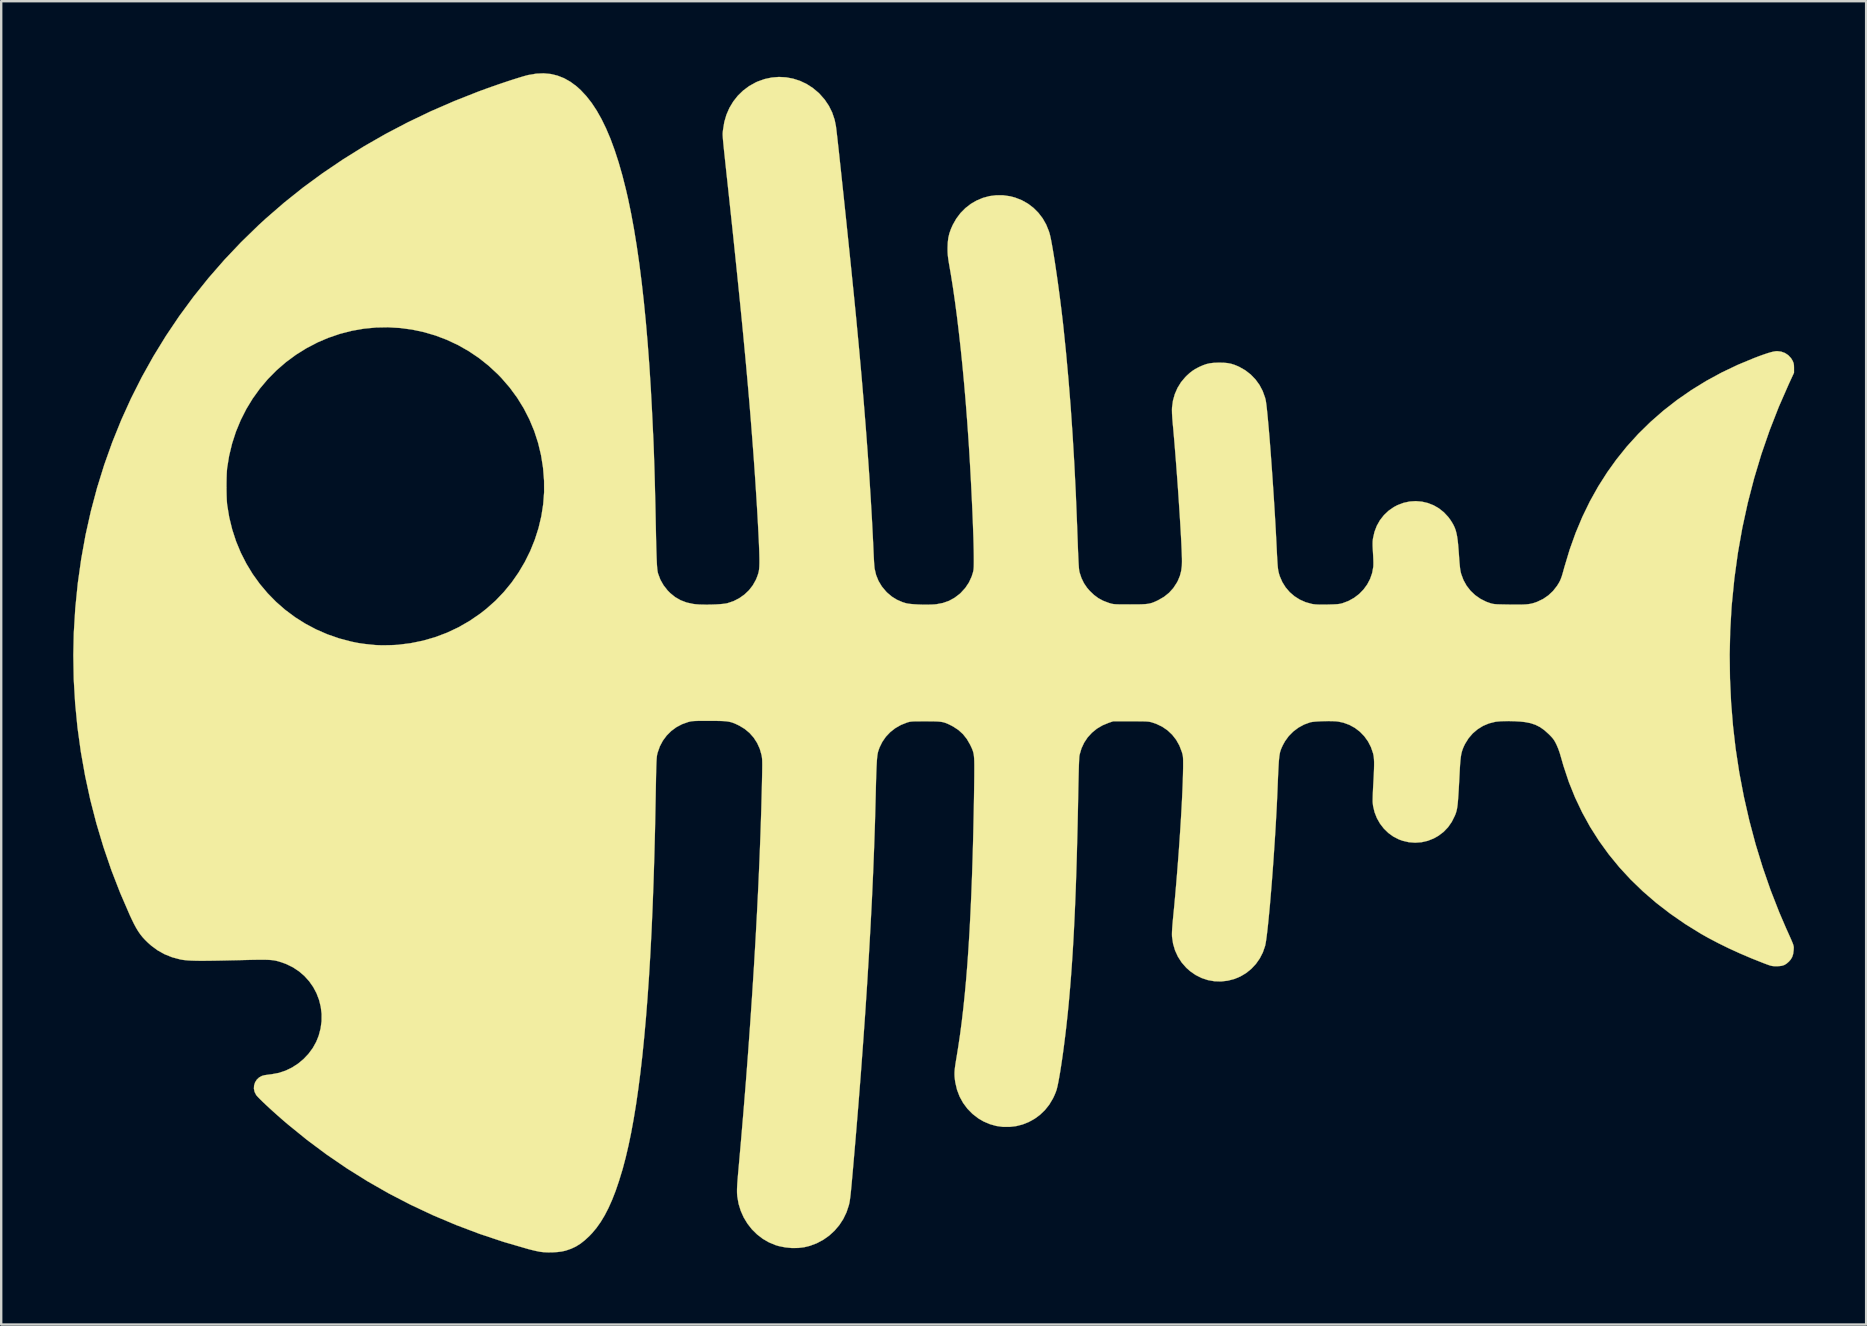
<source format=kicad_pcb>
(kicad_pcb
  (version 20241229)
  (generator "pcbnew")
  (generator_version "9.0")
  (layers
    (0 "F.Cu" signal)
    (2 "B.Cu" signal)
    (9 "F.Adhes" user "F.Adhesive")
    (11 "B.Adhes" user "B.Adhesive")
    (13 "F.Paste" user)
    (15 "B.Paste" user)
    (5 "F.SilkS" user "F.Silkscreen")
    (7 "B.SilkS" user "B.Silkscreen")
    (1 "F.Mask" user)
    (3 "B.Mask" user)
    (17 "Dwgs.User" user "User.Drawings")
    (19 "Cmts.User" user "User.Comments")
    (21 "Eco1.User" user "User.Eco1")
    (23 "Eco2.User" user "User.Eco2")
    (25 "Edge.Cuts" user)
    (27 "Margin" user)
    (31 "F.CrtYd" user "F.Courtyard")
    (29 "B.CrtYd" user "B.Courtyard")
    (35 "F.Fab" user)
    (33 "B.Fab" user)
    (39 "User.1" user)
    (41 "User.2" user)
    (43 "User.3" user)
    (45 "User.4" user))
  (footprint "Rockling Silk 57mm"
    (layer "F.Cu")
    (at 33.658 23.791)
    (property "Reference" "Rockling Silk 57mm" (at 0 0 0) (layer "F.SilkS") (effects (font (size 1.27 1.27) (thickness 0.15))))
    (attr through_hole)
    (fp_poly (pts (xy -13.77 -23.759) (xy -13.485 -23.691) (xy -13.21 -23.583) (xy -12.944 -23.433) (xy -12.687 -23.242) (xy -12.515 -23.086) (xy -12.284 -22.839) (xy -12.063 -22.557) (xy -11.852 -22.238) (xy -11.651 -21.882) (xy -11.459 -21.488) (xy -11.276 -21.057) (xy -11.103 -20.586) (xy -10.937 -20.076) (xy -10.78 -19.527) (xy -10.631 -18.936) (xy -10.543 -18.553) (xy -10.416 -17.94) (xy -10.296 -17.286) (xy -10.183 -16.592) (xy -10.077 -15.859) (xy -9.979 -15.086) (xy -9.888 -14.275) (xy -9.804 -13.427) (xy -9.728 -12.542) (xy -9.659 -11.621) (xy -9.598 -10.664) (xy -9.545 -9.673) (xy -9.537 -9.504) (xy -9.528 -9.326) (xy -9.52 -9.149) (xy -9.512 -8.982) (xy -9.505 -8.831) (xy -9.498 -8.705) (xy -9.494 -8.611) (xy -9.493 -8.594) (xy -9.485 -8.417) (xy -9.477 -8.203) (xy -9.468 -7.958) (xy -9.459 -7.687) (xy -9.449 -7.395) (xy -9.44 -7.087) (xy -9.431 -6.77) (xy -9.423 -6.448) (xy -9.415 -6.127) (xy -9.407 -5.812) (xy -9.401 -5.509) (xy -9.398 -5.376) (xy -9.391 -5.013) (xy -9.384 -4.689) (xy -9.378 -4.402) (xy -9.372 -4.15) (xy -9.366 -3.93) (xy -9.36 -3.739) (xy -9.354 -3.576) (xy -9.348 -3.437) (xy -9.342 -3.321) (xy -9.335 -3.223) (xy -9.328 -3.143) (xy -9.32 -3.076) (xy -9.311 -3.022) (xy -9.302 -2.976) (xy -9.293 -2.946) (xy -9.199 -2.694) (xy -9.066 -2.46) (xy -8.895 -2.242) (xy -8.788 -2.134) (xy -8.582 -1.967) (xy -8.355 -1.837) (xy -8.106 -1.742) (xy -7.834 -1.683) (xy -7.721 -1.669) (xy -7.579 -1.659) (xy -7.417 -1.654) (xy -7.241 -1.653) (xy -7.06 -1.656) (xy -6.883 -1.662) (xy -6.719 -1.672) (xy -6.574 -1.686) (xy -6.458 -1.702) (xy -6.403 -1.714) (xy -6.149 -1.8) (xy -5.913 -1.921) (xy -5.698 -2.073) (xy -5.509 -2.252) (xy -5.35 -2.456) (xy -5.224 -2.68) (xy -5.194 -2.748) (xy -5.153 -2.856) (xy -5.121 -2.951) (xy -5.099 -3.041) (xy -5.084 -3.137) (xy -5.076 -3.247) (xy -5.072 -3.38) (xy -5.072 -3.547) (xy -5.072 -3.556) (xy -5.075 -3.704) (xy -5.08 -3.891) (xy -5.089 -4.113) (xy -5.1 -4.366) (xy -5.114 -4.649) (xy -5.13 -4.956) (xy -5.148 -5.284) (xy -5.168 -5.63) (xy -5.19 -5.991) (xy -5.214 -6.363) (xy -5.238 -6.743) (xy -5.264 -7.126) (xy -5.291 -7.51) (xy -5.318 -7.891) (xy -5.324 -7.969) (xy -5.363 -8.481) (xy -5.403 -8.995) (xy -5.444 -9.515) (xy -5.488 -10.043) (xy -5.534 -10.581) (xy -5.583 -11.132) (xy -5.634 -11.699) (xy -5.689 -12.283) (xy -5.746 -12.888) (xy -5.807 -13.515) (xy -5.872 -14.168) (xy -5.941 -14.848) (xy -6.014 -15.559) (xy -6.091 -16.302) (xy -6.172 -17.081) (xy -6.259 -17.897) (xy -6.33 -18.563) (xy -6.372 -18.95) (xy -6.409 -19.297) (xy -6.443 -19.606) (xy -6.472 -19.881) (xy -6.498 -20.122) (xy -6.52 -20.334) (xy -6.54 -20.516) (xy -6.556 -20.674) (xy -6.569 -20.807) (xy -6.58 -20.92) (xy -6.589 -21.013) (xy -6.595 -21.091) (xy -6.599 -21.154) (xy -6.602 -21.205) (xy -6.603 -21.246) (xy -6.603 -21.281) (xy -6.601 -21.31) (xy -6.599 -21.337) (xy -6.596 -21.364) (xy -6.593 -21.392) (xy -6.589 -21.425) (xy -6.587 -21.441) (xy -6.535 -21.76) (xy -6.446 -22.063) (xy -6.321 -22.349) (xy -6.162 -22.613) (xy -5.972 -22.854) (xy -5.752 -23.068) (xy -5.504 -23.253) (xy -5.231 -23.406) (xy -5.148 -23.444) (xy -4.856 -23.548) (xy -4.559 -23.611) (xy -4.259 -23.635) (xy -3.96 -23.619) (xy -3.666 -23.564) (xy -3.38 -23.472) (xy -3.106 -23.342) (xy -2.848 -23.176) (xy -2.608 -22.975) (xy -2.569 -22.937) (xy -2.355 -22.694) (xy -2.179 -22.433) (xy -2.04 -22.152) (xy -1.94 -21.855) (xy -1.886 -21.59) (xy -1.877 -21.521) (xy -1.864 -21.413) (xy -1.847 -21.268) (xy -1.826 -21.089) (xy -1.803 -20.878) (xy -1.776 -20.638) (xy -1.747 -20.371) (xy -1.716 -20.08) (xy -1.682 -19.768) (xy -1.647 -19.437) (xy -1.61 -19.089) (xy -1.571 -18.728) (xy -1.532 -18.356) (xy -1.492 -17.976) (xy -1.451 -17.589) (xy -1.411 -17.2) (xy -1.37 -16.809) (xy -1.33 -16.421) (xy -1.29 -16.037) (xy -1.251 -15.66) (xy -1.214 -15.293) (xy -1.178 -14.938) (xy -1.143 -14.598) (xy -1.111 -14.275) (xy -1.081 -13.972) (xy -1.053 -13.692) (xy -1.028 -13.437) (xy -1.028 -13.43) (xy -0.921 -12.3) (xy -0.821 -11.192) (xy -0.729 -10.109) (xy -0.644 -9.053) (xy -0.567 -8.027) (xy -0.497 -7.032) (xy -0.436 -6.07) (xy -0.382 -5.144) (xy -0.337 -4.257) (xy -0.317 -3.81) (xy -0.31 -3.657) (xy -0.302 -3.51) (xy -0.294 -3.377) (xy -0.285 -3.266) (xy -0.278 -3.184) (xy -0.274 -3.154) (xy -0.212 -2.889) (xy -0.111 -2.641) (xy 0.027 -2.411) (xy 0.204 -2.199) (xy 0.257 -2.146) (xy 0.451 -1.984) (xy 0.659 -1.856) (xy 0.89 -1.757) (xy 1.037 -1.711) (xy 1.126 -1.694) (xy 1.25 -1.679) (xy 1.398 -1.667) (xy 1.563 -1.658) (xy 1.735 -1.653) (xy 1.907 -1.652) (xy 2.07 -1.655) (xy 2.214 -1.662) (xy 2.299 -1.67) (xy 2.57 -1.722) (xy 2.822 -1.81) (xy 3.054 -1.937) (xy 3.27 -2.101) (xy 3.318 -2.146) (xy 3.505 -2.351) (xy 3.655 -2.576) (xy 3.769 -2.823) (xy 3.823 -2.995) (xy 3.836 -3.047) (xy 3.846 -3.102) (xy 3.852 -3.165) (xy 3.857 -3.243) (xy 3.859 -3.343) (xy 3.86 -3.471) (xy 3.859 -3.633) (xy 3.859 -3.672) (xy 3.856 -3.897) (xy 3.85 -4.16) (xy 3.842 -4.456) (xy 3.83 -4.782) (xy 3.817 -5.132) (xy 3.802 -5.503) (xy 3.784 -5.89) (xy 3.765 -6.288) (xy 3.745 -6.694) (xy 3.723 -7.103) (xy 3.7 -7.511) (xy 3.676 -7.913) (xy 3.652 -8.305) (xy 3.64 -8.488) (xy 3.584 -9.284) (xy 3.524 -10.064) (xy 3.459 -10.825) (xy 3.39 -11.565) (xy 3.317 -12.28) (xy 3.24 -12.969) (xy 3.161 -13.628) (xy 3.078 -14.254) (xy 2.993 -14.845) (xy 2.905 -15.399) (xy 2.852 -15.706) (xy 2.823 -15.873) (xy 2.801 -16.008) (xy 2.786 -16.119) (xy 2.775 -16.216) (xy 2.769 -16.307) (xy 2.766 -16.402) (xy 2.766 -16.51) (xy 2.766 -16.521) (xy 2.774 -16.742) (xy 2.798 -16.937) (xy 2.841 -17.12) (xy 2.907 -17.305) (xy 2.98 -17.47) (xy 3.129 -17.733) (xy 3.306 -17.968) (xy 3.509 -18.173) (xy 3.735 -18.348) (xy 3.98 -18.49) (xy 4.241 -18.599) (xy 4.514 -18.672) (xy 4.797 -18.708) (xy 5.085 -18.706) (xy 5.376 -18.664) (xy 5.577 -18.611) (xy 5.854 -18.503) (xy 6.111 -18.359) (xy 6.344 -18.182) (xy 6.551 -17.975) (xy 6.729 -17.742) (xy 6.875 -17.484) (xy 6.987 -17.206) (xy 7.016 -17.113) (xy 7.044 -17) (xy 7.076 -16.849) (xy 7.111 -16.663) (xy 7.149 -16.445) (xy 7.19 -16.2) (xy 7.233 -15.932) (xy 7.276 -15.643) (xy 7.321 -15.338) (xy 7.366 -15.02) (xy 7.41 -14.693) (xy 7.454 -14.36) (xy 7.496 -14.025) (xy 7.536 -13.692) (xy 7.574 -13.365) (xy 7.588 -13.24) (xy 7.698 -12.17) (xy 7.799 -11.062) (xy 7.891 -9.919) (xy 7.972 -8.743) (xy 8.044 -7.537) (xy 8.106 -6.305) (xy 8.157 -5.049) (xy 8.16 -4.985) (xy 8.171 -4.66) (xy 8.182 -4.375) (xy 8.191 -4.126) (xy 8.199 -3.912) (xy 8.207 -3.728) (xy 8.214 -3.573) (xy 8.22 -3.443) (xy 8.226 -3.336) (xy 8.232 -3.249) (xy 8.237 -3.178) (xy 8.243 -3.122) (xy 8.248 -3.078) (xy 8.255 -3.041) (xy 8.261 -3.011) (xy 8.265 -2.996) (xy 8.344 -2.758) (xy 8.446 -2.548) (xy 8.577 -2.355) (xy 8.689 -2.226) (xy 8.866 -2.057) (xy 9.048 -1.922) (xy 9.246 -1.815) (xy 9.472 -1.729) (xy 9.497 -1.721) (xy 9.55 -1.705) (xy 9.596 -1.692) (xy 9.641 -1.683) (xy 9.692 -1.675) (xy 9.753 -1.67) (xy 9.83 -1.666) (xy 9.928 -1.664) (xy 10.054 -1.663) (xy 10.212 -1.663) (xy 10.361 -1.662) (xy 10.571 -1.663) (xy 10.744 -1.664) (xy 10.886 -1.668) (xy 11.004 -1.675) (xy 11.104 -1.686) (xy 11.191 -1.702) (xy 11.27 -1.723) (xy 11.349 -1.752) (xy 11.433 -1.788) (xy 11.528 -1.833) (xy 11.546 -1.842) (xy 11.783 -1.979) (xy 11.992 -2.147) (xy 12.171 -2.345) (xy 12.319 -2.572) (xy 12.362 -2.655) (xy 12.445 -2.856) (xy 12.498 -3.061) (xy 12.526 -3.282) (xy 12.53 -3.44) (xy 12.529 -3.579) (xy 12.523 -3.757) (xy 12.515 -3.97) (xy 12.504 -4.215) (xy 12.49 -4.488) (xy 12.473 -4.786) (xy 12.454 -5.105) (xy 12.433 -5.441) (xy 12.41 -5.792) (xy 12.386 -6.154) (xy 12.361 -6.522) (xy 12.334 -6.895) (xy 12.306 -7.267) (xy 12.278 -7.636) (xy 12.249 -7.999) (xy 12.221 -8.351) (xy 12.192 -8.689) (xy 12.164 -9.01) (xy 12.147 -9.186) (xy 12.128 -9.422) (xy 12.116 -9.619) (xy 12.113 -9.776) (xy 12.116 -9.864) (xy 12.154 -10.148) (xy 12.231 -10.422) (xy 12.344 -10.681) (xy 12.492 -10.921) (xy 12.673 -11.136) (xy 12.727 -11.19) (xy 12.849 -11.301) (xy 12.96 -11.388) (xy 13.073 -11.462) (xy 13.203 -11.532) (xy 13.255 -11.558) (xy 13.409 -11.626) (xy 13.55 -11.675) (xy 13.692 -11.707) (xy 13.846 -11.726) (xy 14.025 -11.733) (xy 14.086 -11.734) (xy 14.274 -11.73) (xy 14.432 -11.715) (xy 14.574 -11.688) (xy 14.713 -11.645) (xy 14.861 -11.584) (xy 14.921 -11.556) (xy 15.17 -11.414) (xy 15.395 -11.239) (xy 15.592 -11.035) (xy 15.759 -10.806) (xy 15.892 -10.554) (xy 15.989 -10.285) (xy 16.013 -10.195) (xy 16.027 -10.117) (xy 16.044 -9.999) (xy 16.062 -9.845) (xy 16.082 -9.657) (xy 16.103 -9.438) (xy 16.126 -9.19) (xy 16.15 -8.917) (xy 16.175 -8.621) (xy 16.2 -8.305) (xy 16.226 -7.972) (xy 16.251 -7.624) (xy 16.277 -7.265) (xy 16.303 -6.897) (xy 16.328 -6.522) (xy 16.353 -6.145) (xy 16.377 -5.767) (xy 16.4 -5.391) (xy 16.422 -5.02) (xy 16.442 -4.657) (xy 16.46 -4.304) (xy 16.477 -3.965) (xy 16.478 -3.937) (xy 16.489 -3.72) (xy 16.499 -3.541) (xy 16.508 -3.393) (xy 16.517 -3.272) (xy 16.527 -3.173) (xy 16.539 -3.089) (xy 16.553 -3.017) (xy 16.57 -2.95) (xy 16.589 -2.885) (xy 16.605 -2.836) (xy 16.71 -2.593) (xy 16.849 -2.371) (xy 17.019 -2.173) (xy 17.217 -2.003) (xy 17.439 -1.862) (xy 17.681 -1.755) (xy 17.94 -1.683) (xy 18.013 -1.671) (xy 18.104 -1.661) (xy 18.233 -1.656) (xy 18.393 -1.654) (xy 18.58 -1.656) (xy 18.615 -1.657) (xy 18.774 -1.661) (xy 18.898 -1.666) (xy 18.996 -1.672) (xy 19.073 -1.681) (xy 19.138 -1.692) (xy 19.199 -1.708) (xy 19.216 -1.712) (xy 19.468 -1.807) (xy 19.701 -1.937) (xy 19.91 -2.096) (xy 20.092 -2.283) (xy 20.246 -2.493) (xy 20.367 -2.723) (xy 20.453 -2.97) (xy 20.5 -3.229) (xy 20.501 -3.238) (xy 20.504 -3.306) (xy 20.505 -3.406) (xy 20.502 -3.53) (xy 20.496 -3.667) (xy 20.488 -3.808) (xy 20.479 -3.969) (xy 20.473 -4.096) (xy 20.472 -4.198) (xy 20.474 -4.283) (xy 20.481 -4.359) (xy 20.488 -4.411) (xy 20.549 -4.683) (xy 20.646 -4.937) (xy 20.778 -5.171) (xy 20.943 -5.382) (xy 21.137 -5.566) (xy 21.359 -5.72) (xy 21.507 -5.798) (xy 21.759 -5.893) (xy 22.015 -5.949) (xy 22.273 -5.965) (xy 22.528 -5.943) (xy 22.776 -5.885) (xy 23.014 -5.791) (xy 23.237 -5.662) (xy 23.441 -5.5) (xy 23.622 -5.306) (xy 23.718 -5.175) (xy 23.786 -5.068) (xy 23.844 -4.965) (xy 23.892 -4.862) (xy 23.932 -4.752) (xy 23.964 -4.631) (xy 23.992 -4.493) (xy 24.015 -4.333) (xy 24.035 -4.145) (xy 24.053 -3.923) (xy 24.066 -3.753) (xy 24.079 -3.56) (xy 24.091 -3.404) (xy 24.103 -3.278) (xy 24.114 -3.176) (xy 24.126 -3.094) (xy 24.139 -3.024) (xy 24.154 -2.96) (xy 24.163 -2.927) (xy 24.258 -2.674) (xy 24.388 -2.441) (xy 24.551 -2.232) (xy 24.744 -2.049) (xy 24.964 -1.895) (xy 25.207 -1.773) (xy 25.383 -1.711) (xy 25.43 -1.698) (xy 25.477 -1.687) (xy 25.529 -1.679) (xy 25.593 -1.672) (xy 25.672 -1.667) (xy 25.774 -1.664) (xy 25.904 -1.661) (xy 26.067 -1.658) (xy 26.187 -1.656) (xy 26.403 -1.654) (xy 26.583 -1.654) (xy 26.732 -1.657) (xy 26.856 -1.663) (xy 26.962 -1.674) (xy 27.056 -1.689) (xy 27.142 -1.709) (xy 27.228 -1.736) (xy 27.319 -1.768) (xy 27.337 -1.776) (xy 27.575 -1.89) (xy 27.793 -2.04) (xy 27.988 -2.223) (xy 28.155 -2.436) (xy 28.232 -2.561) (xy 28.265 -2.621) (xy 28.293 -2.68) (xy 28.319 -2.744) (xy 28.347 -2.821) (xy 28.377 -2.917) (xy 28.412 -3.04) (xy 28.455 -3.196) (xy 28.461 -3.217) (xy 28.679 -3.943) (xy 28.929 -4.641) (xy 29.21 -5.312) (xy 29.523 -5.956) (xy 29.869 -6.576) (xy 30.249 -7.172) (xy 30.623 -7.694) (xy 31.064 -8.243) (xy 31.539 -8.766) (xy 32.046 -9.263) (xy 32.584 -9.734) (xy 33.151 -10.176) (xy 33.746 -10.589) (xy 34.368 -10.972) (xy 35.015 -11.324) (xy 35.686 -11.644) (xy 36.343 -11.917) (xy 36.573 -12.005) (xy 36.769 -12.075) (xy 36.933 -12.13) (xy 37.069 -12.17) (xy 37.18 -12.196) (xy 37.27 -12.21) (xy 37.321 -12.213) (xy 37.492 -12.193) (xy 37.649 -12.136) (xy 37.788 -12.044) (xy 37.902 -11.922) (xy 37.967 -11.815) (xy 37.996 -11.749) (xy 38.014 -11.689) (xy 38.023 -11.621) (xy 38.026 -11.529) (xy 38.026 -11.504) (xy 38.026 -11.314) (xy 37.811 -10.848) (xy 37.391 -9.89) (xy 37.01 -8.914) (xy 36.667 -7.922) (xy 36.364 -6.914) (xy 36.099 -5.891) (xy 35.873 -4.853) (xy 35.687 -3.802) (xy 35.541 -2.737) (xy 35.434 -1.66) (xy 35.423 -1.524) (xy 35.368 -0.554) (xy 35.346 0.432) (xy 35.359 1.426) (xy 35.405 2.42) (xy 35.485 3.404) (xy 35.593 4.339) (xy 35.747 5.348) (xy 35.938 6.351) (xy 36.165 7.346) (xy 36.426 8.328) (xy 36.722 9.293) (xy 37.05 10.239) (xy 37.41 11.161) (xy 37.703 11.843) (xy 37.786 12.026) (xy 37.852 12.174) (xy 37.905 12.293) (xy 37.945 12.387) (xy 37.975 12.46) (xy 37.995 12.518) (xy 38.007 12.564) (xy 38.014 12.603) (xy 38.016 12.639) (xy 38.014 12.678) (xy 38.012 12.724) (xy 38.011 12.741) (xy 37.992 12.895) (xy 37.952 13.023) (xy 37.886 13.134) (xy 37.813 13.217) (xy 37.717 13.301) (xy 37.624 13.358) (xy 37.519 13.392) (xy 37.393 13.407) (xy 37.306 13.409) (xy 37.231 13.409) (xy 37.17 13.406) (xy 37.115 13.399) (xy 37.057 13.387) (xy 36.988 13.366) (xy 36.9 13.334) (xy 36.784 13.291) (xy 36.723 13.267) (xy 36.245 13.077) (xy 35.77 12.874) (xy 35.306 12.662) (xy 34.863 12.444) (xy 34.447 12.225) (xy 34.142 12.053) (xy 33.488 11.648) (xy 32.87 11.22) (xy 32.286 10.77) (xy 31.738 10.297) (xy 31.225 9.802) (xy 30.748 9.285) (xy 30.307 8.746) (xy 29.902 8.186) (xy 29.533 7.605) (xy 29.201 7.002) (xy 28.905 6.379) (xy 28.646 5.736) (xy 28.425 5.072) (xy 28.333 4.752) (xy 28.271 4.538) (xy 28.208 4.358) (xy 28.142 4.202) (xy 28.127 4.17) (xy 28.079 4.075) (xy 28.035 4) (xy 27.989 3.934) (xy 27.931 3.866) (xy 27.854 3.785) (xy 27.804 3.736) (xy 27.625 3.575) (xy 27.445 3.448) (xy 27.254 3.352) (xy 27.047 3.283) (xy 26.815 3.238) (xy 26.617 3.217) (xy 26.388 3.204) (xy 26.167 3.198) (xy 25.962 3.199) (xy 25.781 3.207) (xy 25.631 3.221) (xy 25.581 3.228) (xy 25.316 3.295) (xy 25.07 3.399) (xy 24.845 3.539) (xy 24.643 3.711) (xy 24.469 3.913) (xy 24.325 4.144) (xy 24.29 4.214) (xy 24.248 4.307) (xy 24.214 4.396) (xy 24.186 4.487) (xy 24.163 4.587) (xy 24.145 4.701) (xy 24.13 4.836) (xy 24.116 4.998) (xy 24.104 5.193) (xy 24.098 5.313) (xy 24.083 5.607) (xy 24.069 5.861) (xy 24.057 6.081) (xy 24.045 6.269) (xy 24.034 6.428) (xy 24.023 6.562) (xy 24.012 6.675) (xy 24 6.769) (xy 23.987 6.849) (xy 23.972 6.918) (xy 23.956 6.979) (xy 23.938 7.036) (xy 23.917 7.092) (xy 23.895 7.144) (xy 23.769 7.397) (xy 23.614 7.62) (xy 23.43 7.812) (xy 23.215 7.975) (xy 23.018 8.086) (xy 22.769 8.185) (xy 22.511 8.244) (xy 22.246 8.263) (xy 21.98 8.243) (xy 21.718 8.182) (xy 21.569 8.128) (xy 21.337 8.01) (xy 21.127 7.858) (xy 20.94 7.676) (xy 20.78 7.469) (xy 20.65 7.24) (xy 20.553 6.994) (xy 20.492 6.735) (xy 20.477 6.603) (xy 20.474 6.54) (xy 20.475 6.443) (xy 20.478 6.317) (xy 20.483 6.171) (xy 20.49 6.011) (xy 20.499 5.845) (xy 20.5 5.831) (xy 20.514 5.578) (xy 20.524 5.363) (xy 20.531 5.181) (xy 20.534 5.028) (xy 20.534 4.9) (xy 20.529 4.793) (xy 20.521 4.701) (xy 20.509 4.621) (xy 20.493 4.548) (xy 20.491 4.54) (xy 20.402 4.281) (xy 20.279 4.043) (xy 20.125 3.829) (xy 19.943 3.641) (xy 19.735 3.482) (xy 19.506 3.356) (xy 19.258 3.265) (xy 19.033 3.217) (xy 18.934 3.207) (xy 18.807 3.201) (xy 18.661 3.198) (xy 18.505 3.199) (xy 18.347 3.204) (xy 18.196 3.211) (xy 18.062 3.221) (xy 17.952 3.234) (xy 17.876 3.248) (xy 17.875 3.248) (xy 17.619 3.341) (xy 17.382 3.47) (xy 17.167 3.631) (xy 16.979 3.821) (xy 16.822 4.037) (xy 16.733 4.199) (xy 16.702 4.265) (xy 16.675 4.325) (xy 16.652 4.382) (xy 16.632 4.441) (xy 16.614 4.504) (xy 16.6 4.576) (xy 16.587 4.66) (xy 16.576 4.76) (xy 16.565 4.878) (xy 16.556 5.019) (xy 16.547 5.186) (xy 16.537 5.383) (xy 16.527 5.613) (xy 16.516 5.88) (xy 16.51 6.043) (xy 16.495 6.388) (xy 16.478 6.747) (xy 16.458 7.117) (xy 16.437 7.497) (xy 16.414 7.882) (xy 16.389 8.27) (xy 16.363 8.658) (xy 16.337 9.044) (xy 16.309 9.425) (xy 16.281 9.797) (xy 16.252 10.159) (xy 16.223 10.507) (xy 16.195 10.838) (xy 16.166 11.15) (xy 16.138 11.439) (xy 16.111 11.704) (xy 16.085 11.941) (xy 16.06 12.147) (xy 16.037 12.32) (xy 16.015 12.457) (xy 15.995 12.555) (xy 15.992 12.567) (xy 15.899 12.836) (xy 15.77 13.087) (xy 15.609 13.316) (xy 15.418 13.52) (xy 15.201 13.695) (xy 14.96 13.838) (xy 14.716 13.94) (xy 14.438 14.012) (xy 14.158 14.044) (xy 13.881 14.035) (xy 13.609 13.987) (xy 13.347 13.9) (xy 13.097 13.775) (xy 12.864 13.612) (xy 12.709 13.473) (xy 12.518 13.255) (xy 12.362 13.013) (xy 12.242 12.752) (xy 12.16 12.474) (xy 12.117 12.184) (xy 12.115 12.16) (xy 12.113 12.079) (xy 12.115 11.977) (xy 12.122 11.847) (xy 12.134 11.687) (xy 12.151 11.493) (xy 12.168 11.314) (xy 12.21 10.887) (xy 12.25 10.446) (xy 12.289 9.994) (xy 12.327 9.535) (xy 12.363 9.074) (xy 12.398 8.613) (xy 12.43 8.157) (xy 12.46 7.71) (xy 12.487 7.276) (xy 12.511 6.859) (xy 12.532 6.462) (xy 12.549 6.091) (xy 12.563 5.748) (xy 12.572 5.437) (xy 12.578 5.164) (xy 12.579 5.069) (xy 12.579 4.927) (xy 12.578 4.818) (xy 12.575 4.735) (xy 12.569 4.668) (xy 12.559 4.61) (xy 12.545 4.551) (xy 12.525 4.484) (xy 12.524 4.481) (xy 12.422 4.215) (xy 12.287 3.976) (xy 12.121 3.764) (xy 11.926 3.581) (xy 11.704 3.43) (xy 11.455 3.311) (xy 11.288 3.255) (xy 11.242 3.242) (xy 11.198 3.231) (xy 11.151 3.223) (xy 11.096 3.217) (xy 11.028 3.213) (xy 10.941 3.21) (xy 10.831 3.208) (xy 10.692 3.207) (xy 10.519 3.207) (xy 10.393 3.207) (xy 9.663 3.207) (xy 9.483 3.267) (xy 9.223 3.374) (xy 8.987 3.513) (xy 8.78 3.682) (xy 8.601 3.877) (xy 8.455 4.096) (xy 8.343 4.337) (xy 8.267 4.596) (xy 8.256 4.653) (xy 8.252 4.697) (xy 8.247 4.778) (xy 8.242 4.893) (xy 8.236 5.038) (xy 8.231 5.207) (xy 8.226 5.398) (xy 8.221 5.605) (xy 8.216 5.825) (xy 8.213 5.969) (xy 8.198 6.762) (xy 8.182 7.515) (xy 8.164 8.23) (xy 8.146 8.91) (xy 8.126 9.557) (xy 8.105 10.174) (xy 8.082 10.762) (xy 8.057 11.325) (xy 8.031 11.864) (xy 8.003 12.383) (xy 7.973 12.882) (xy 7.941 13.366) (xy 7.907 13.835) (xy 7.87 14.293) (xy 7.831 14.742) (xy 7.809 14.986) (xy 7.776 15.32) (xy 7.74 15.658) (xy 7.703 15.995) (xy 7.663 16.328) (xy 7.622 16.654) (xy 7.581 16.967) (xy 7.539 17.266) (xy 7.497 17.546) (xy 7.457 17.803) (xy 7.417 18.034) (xy 7.38 18.236) (xy 7.345 18.404) (xy 7.313 18.535) (xy 7.301 18.574) (xy 7.271 18.659) (xy 7.227 18.765) (xy 7.178 18.873) (xy 7.152 18.924) (xy 7 19.179) (xy 6.819 19.405) (xy 6.614 19.601) (xy 6.389 19.766) (xy 6.146 19.9) (xy 5.89 20.002) (xy 5.623 20.07) (xy 5.35 20.103) (xy 5.073 20.102) (xy 4.798 20.064) (xy 4.526 19.988) (xy 4.262 19.875) (xy 4.044 19.747) (xy 3.802 19.559) (xy 3.591 19.344) (xy 3.413 19.104) (xy 3.268 18.841) (xy 3.16 18.558) (xy 3.089 18.257) (xy 3.069 18.116) (xy 3.059 18.015) (xy 3.055 17.921) (xy 3.056 17.826) (xy 3.063 17.722) (xy 3.077 17.601) (xy 3.098 17.456) (xy 3.127 17.279) (xy 3.134 17.24) (xy 3.214 16.743) (xy 3.29 16.228) (xy 3.36 15.693) (xy 3.425 15.135) (xy 3.485 14.554) (xy 3.541 13.947) (xy 3.592 13.311) (xy 3.638 12.645) (xy 3.681 11.947) (xy 3.719 11.215) (xy 3.754 10.446) (xy 3.785 9.639) (xy 3.81 8.879) (xy 3.819 8.544) (xy 3.829 8.191) (xy 3.838 7.825) (xy 3.846 7.453) (xy 3.854 7.082) (xy 3.861 6.719) (xy 3.867 6.371) (xy 3.872 6.043) (xy 3.876 5.743) (xy 3.879 5.478) (xy 3.879 5.429) (xy 3.88 5.211) (xy 3.88 5.03) (xy 3.878 4.88) (xy 3.873 4.756) (xy 3.864 4.653) (xy 3.851 4.564) (xy 3.833 4.485) (xy 3.808 4.41) (xy 3.778 4.334) (xy 3.739 4.251) (xy 3.705 4.18) (xy 3.569 3.945) (xy 3.408 3.742) (xy 3.218 3.569) (xy 2.997 3.424) (xy 2.91 3.378) (xy 2.815 3.331) (xy 2.732 3.294) (xy 2.654 3.265) (xy 2.575 3.243) (xy 2.489 3.228) (xy 2.389 3.217) (xy 2.269 3.211) (xy 2.122 3.208) (xy 1.943 3.207) (xy 1.841 3.207) (xy 1.664 3.207) (xy 1.524 3.208) (xy 1.413 3.209) (xy 1.328 3.212) (xy 1.261 3.217) (xy 1.208 3.224) (xy 1.161 3.233) (xy 1.116 3.246) (xy 1.08 3.256) (xy 0.823 3.358) (xy 0.587 3.493) (xy 0.377 3.658) (xy 0.195 3.85) (xy 0.045 4.067) (xy -0.072 4.305) (xy -0.128 4.47) (xy -0.14 4.519) (xy -0.151 4.577) (xy -0.161 4.647) (xy -0.17 4.732) (xy -0.179 4.834) (xy -0.186 4.957) (xy -0.194 5.104) (xy -0.201 5.277) (xy -0.208 5.48) (xy -0.215 5.715) (xy -0.222 5.985) (xy -0.229 6.294) (xy -0.233 6.435) (xy -0.259 7.422) (xy -0.294 8.449) (xy -0.336 9.514) (xy -0.386 10.615) (xy -0.445 11.751) (xy -0.511 12.921) (xy -0.584 14.121) (xy -0.665 15.352) (xy -0.754 16.61) (xy -0.849 17.895) (xy -0.952 19.204) (xy -1.062 20.536) (xy -1.179 21.89) (xy -1.218 22.325) (xy -1.239 22.558) (xy -1.258 22.754) (xy -1.275 22.917) (xy -1.291 23.051) (xy -1.306 23.161) (xy -1.321 23.251) (xy -1.337 23.325) (xy -1.346 23.362) (xy -1.444 23.659) (xy -1.578 23.937) (xy -1.745 24.194) (xy -1.942 24.426) (xy -2.166 24.631) (xy -2.415 24.807) (xy -2.684 24.95) (xy -2.972 25.058) (xy -3.204 25.115) (xy -3.456 25.146) (xy -3.726 25.148) (xy -3.999 25.121) (xy -4.264 25.068) (xy -4.399 25.028) (xy -4.676 24.913) (xy -4.935 24.763) (xy -5.171 24.581) (xy -5.384 24.371) (xy -5.569 24.135) (xy -5.726 23.877) (xy -5.85 23.6) (xy -5.94 23.309) (xy -5.993 23.005) (xy -6.003 22.885) (xy -6.005 22.802) (xy -6.005 22.704) (xy -6 22.587) (xy -5.992 22.445) (xy -5.979 22.273) (xy -5.962 22.068) (xy -5.95 21.939) (xy -5.84 20.692) (xy -5.735 19.45) (xy -5.635 18.216) (xy -5.542 16.993) (xy -5.455 15.782) (xy -5.374 14.588) (xy -5.299 13.413) (xy -5.231 12.258) (xy -5.17 11.129) (xy -5.115 10.025) (xy -5.068 8.952) (xy -5.028 7.911) (xy -4.995 6.904) (xy -4.97 5.936) (xy -4.961 5.524) (xy -4.957 5.323) (xy -4.955 5.159) (xy -4.954 5.027) (xy -4.955 4.921) (xy -4.957 4.836) (xy -4.961 4.766) (xy -4.968 4.707) (xy -4.976 4.654) (xy -4.983 4.614) (xy -5.057 4.354) (xy -5.167 4.111) (xy -5.31 3.889) (xy -5.484 3.692) (xy -5.686 3.524) (xy -5.909 3.389) (xy -6.012 3.339) (xy -6.103 3.297) (xy -6.188 3.265) (xy -6.272 3.239) (xy -6.362 3.22) (xy -6.463 3.206) (xy -6.581 3.197) (xy -6.723 3.192) (xy -6.893 3.189) (xy -7.099 3.188) (xy -7.165 3.188) (xy -7.358 3.188) (xy -7.514 3.189) (xy -7.638 3.19) (xy -7.736 3.193) (xy -7.814 3.197) (xy -7.876 3.202) (xy -7.928 3.21) (xy -7.976 3.22) (xy -8.024 3.232) (xy -8.033 3.234) (xy -8.293 3.326) (xy -8.532 3.452) (xy -8.747 3.611) (xy -8.935 3.799) (xy -9.094 4.013) (xy -9.22 4.25) (xy -9.311 4.507) (xy -9.315 4.521) (xy -9.324 4.556) (xy -9.332 4.591) (xy -9.339 4.628) (xy -9.345 4.671) (xy -9.35 4.722) (xy -9.355 4.783) (xy -9.36 4.859) (xy -9.364 4.952) (xy -9.368 5.064) (xy -9.372 5.199) (xy -9.376 5.36) (xy -9.38 5.549) (xy -9.384 5.77) (xy -9.389 6.025) (xy -9.394 6.317) (xy -9.399 6.562) (xy -9.422 7.726) (xy -9.451 8.848) (xy -9.485 9.929) (xy -9.524 10.968) (xy -9.568 11.967) (xy -9.618 12.926) (xy -9.673 13.844) (xy -9.734 14.722) (xy -9.8 15.561) (xy -9.872 16.36) (xy -9.948 17.12) (xy -10.031 17.842) (xy -10.119 18.525) (xy -10.212 19.17) (xy -10.312 19.778) (xy -10.416 20.347) (xy -10.527 20.88) (xy -10.643 21.376) (xy -10.764 21.835) (xy -10.785 21.907) (xy -10.923 22.358) (xy -11.063 22.769) (xy -11.209 23.143) (xy -11.36 23.481) (xy -11.518 23.787) (xy -11.684 24.063) (xy -11.859 24.31) (xy -12.045 24.532) (xy -12.148 24.64) (xy -12.342 24.821) (xy -12.529 24.968) (xy -12.718 25.086) (xy -12.917 25.179) (xy -13.134 25.254) (xy -13.172 25.264) (xy -13.316 25.295) (xy -13.489 25.316) (xy -13.678 25.328) (xy -13.87 25.331) (xy -14.054 25.323) (xy -14.211 25.305) (xy -14.302 25.287) (xy -14.42 25.262) (xy -14.551 25.23) (xy -14.683 25.197) (xy -14.719 25.187) (xy -15.735 24.891) (xy -16.732 24.558) (xy -17.709 24.189) (xy -18.666 23.785) (xy -19.601 23.346) (xy -20.514 22.873) (xy -21.403 22.365) (xy -22.268 21.824) (xy -23.107 21.25) (xy -23.92 20.644) (xy -24.706 20.006) (xy -24.797 19.929) (xy -24.978 19.773) (xy -25.155 19.617) (xy -25.326 19.464) (xy -25.487 19.318) (xy -25.634 19.181) (xy -25.764 19.058) (xy -25.874 18.95) (xy -25.96 18.862) (xy -26.019 18.796) (xy -26.038 18.771) (xy -26.103 18.643) (xy -26.131 18.51) (xy -26.123 18.377) (xy -26.083 18.25) (xy -26.014 18.138) (xy -25.917 18.045) (xy -25.797 17.979) (xy -25.696 17.951) (xy -25.621 17.939) (xy -25.521 17.925) (xy -25.415 17.912) (xy -25.379 17.907) (xy -25.09 17.853) (xy -24.81 17.759) (xy -24.543 17.63) (xy -24.293 17.468) (xy -24.063 17.277) (xy -23.857 17.059) (xy -23.679 16.818) (xy -23.534 16.557) (xy -23.434 16.309) (xy -23.353 16.004) (xy -23.312 15.698) (xy -23.31 15.395) (xy -23.346 15.099) (xy -23.417 14.812) (xy -23.522 14.537) (xy -23.66 14.277) (xy -23.829 14.036) (xy -24.027 13.816) (xy -24.253 13.622) (xy -24.505 13.455) (xy -24.782 13.319) (xy -24.968 13.251) (xy -25.042 13.228) (xy -25.109 13.207) (xy -25.174 13.19) (xy -25.239 13.175) (xy -25.308 13.163) (xy -25.384 13.154) (xy -25.471 13.147) (xy -25.572 13.142) (xy -25.69 13.139) (xy -25.829 13.139) (xy -25.992 13.14) (xy -26.183 13.143) (xy -26.405 13.148) (xy -26.661 13.154) (xy -26.956 13.161) (xy -27.06 13.163) (xy -27.401 13.171) (xy -27.703 13.177) (xy -27.969 13.181) (xy -28.201 13.183) (xy -28.404 13.183) (xy -28.581 13.18) (xy -28.734 13.175) (xy -28.866 13.168) (xy -28.981 13.158) (xy -29.082 13.146) (xy -29.172 13.131) (xy -29.204 13.125) (xy -29.537 13.036) (xy -29.849 12.911) (xy -30.14 12.749) (xy -30.41 12.55) (xy -30.547 12.428) (xy -30.666 12.311) (xy -30.77 12.198) (xy -30.863 12.081) (xy -30.95 11.956) (xy -31.036 11.814) (xy -31.124 11.651) (xy -31.218 11.458) (xy -31.297 11.29) (xy -31.7 10.359) (xy -32.068 9.409) (xy -32.398 8.444) (xy -32.691 7.466) (xy -32.946 6.478) (xy -33.162 5.48) (xy -33.34 4.477) (xy -33.479 3.47) (xy -33.577 2.461) (xy -33.636 1.454) (xy -33.653 0.449) (xy -33.634 -0.466) (xy -33.571 -1.508) (xy -33.468 -2.538) (xy -33.325 -3.554) (xy -33.144 -4.557) (xy -32.923 -5.546) (xy -32.664 -6.519) (xy -32.656 -6.544) (xy -27.273 -6.544) (xy -27.271 -6.354) (xy -27.267 -6.174) (xy -27.261 -6.014) (xy -27.252 -5.882) (xy -27.246 -5.821) (xy -27.16 -5.295) (xy -27.035 -4.785) (xy -26.874 -4.291) (xy -26.677 -3.816) (xy -26.445 -3.361) (xy -26.182 -2.927) (xy -25.886 -2.516) (xy -25.561 -2.13) (xy -25.208 -1.77) (xy -24.828 -1.437) (xy -24.422 -1.134) (xy -23.992 -0.862) (xy -23.54 -0.622) (xy -23.067 -0.416) (xy -22.574 -0.245) (xy -22.062 -0.111) (xy -21.844 -0.066) (xy -21.74 -0.048) (xy -21.63 -0.032) (xy -21.506 -0.015) (xy -21.36 0.001) (xy -21.184 0.019) (xy -21.082 0.029) (xy -20.986 0.034) (xy -20.858 0.038) (xy -20.71 0.039) (xy -20.553 0.037) (xy -20.396 0.033) (xy -20.252 0.027) (xy -20.136 0.02) (xy -19.606 -0.046) (xy -19.087 -0.152) (xy -18.582 -0.298) (xy -18.09 -0.483) (xy -17.614 -0.707) (xy -17.155 -0.97) (xy -16.715 -1.271) (xy -16.447 -1.48) (xy -16.067 -1.817) (xy -15.716 -2.184) (xy -15.394 -2.577) (xy -15.104 -2.994) (xy -14.845 -3.432) (xy -14.62 -3.887) (xy -14.43 -4.358) (xy -14.275 -4.841) (xy -14.158 -5.333) (xy -14.08 -5.832) (xy -14.041 -6.335) (xy -14.043 -6.816) (xy -14.086 -7.353) (xy -14.169 -7.878) (xy -14.292 -8.39) (xy -14.453 -8.886) (xy -14.653 -9.366) (xy -14.89 -9.829) (xy -15.163 -10.272) (xy -15.473 -10.694) (xy -15.819 -11.094) (xy -15.97 -11.251) (xy -16.355 -11.608) (xy -16.762 -11.931) (xy -17.189 -12.218) (xy -17.633 -12.469) (xy -18.093 -12.685) (xy -18.565 -12.864) (xy -19.048 -13.006) (xy -19.54 -13.111) (xy -20.038 -13.178) (xy -20.54 -13.207) (xy -21.044 -13.198) (xy -21.547 -13.15) (xy -22.048 -13.062) (xy -22.544 -12.935) (xy -23.033 -12.768) (xy -23.467 -12.583) (xy -23.936 -12.339) (xy -24.38 -12.062) (xy -24.798 -11.753) (xy -25.188 -11.415) (xy -25.55 -11.049) (xy -25.881 -10.656) (xy -26.181 -10.239) (xy -26.448 -9.8) (xy -26.681 -9.339) (xy -26.879 -8.86) (xy -27.04 -8.363) (xy -27.164 -7.851) (xy -27.246 -7.345) (xy -27.256 -7.234) (xy -27.264 -7.09) (xy -27.269 -6.921) (xy -27.272 -6.736) (xy -27.273 -6.544) (xy -32.656 -6.544) (xy -32.367 -7.476) (xy -32.032 -8.416) (xy -31.659 -9.34) (xy -31.249 -10.245) (xy -30.802 -11.131) (xy -30.318 -11.998) (xy -29.798 -12.845) (xy -29.242 -13.671) (xy -28.651 -14.475) (xy -28.024 -15.257) (xy -27.362 -16.016) (xy -26.666 -16.751) (xy -25.935 -17.462) (xy -25.633 -17.739) (xy -24.879 -18.393) (xy -24.093 -19.021) (xy -23.274 -19.622) (xy -22.426 -20.196) (xy -21.549 -20.743) (xy -20.644 -21.261) (xy -19.713 -21.749) (xy -18.757 -22.207) (xy -17.777 -22.633) (xy -16.776 -23.028) (xy -16.457 -23.145) (xy -16.23 -23.226) (xy -15.999 -23.307) (xy -15.769 -23.385) (xy -15.545 -23.46) (xy -15.333 -23.529) (xy -15.138 -23.59) (xy -14.966 -23.643) (xy -14.821 -23.685) (xy -14.709 -23.714) (xy -14.691 -23.718) (xy -14.372 -23.772) (xy -14.065 -23.786) (xy -13.77 -23.759)) (stroke (width 0.01) (type solid)) (fill yes) (layer "F.SilkS")))
  (gr_rect
    (start -3 -3)
    (end 74.689 52.127)
    (stroke (width 0.1) (type default))
    (fill no)
    (layer "Edge.Cuts")))
</source>
